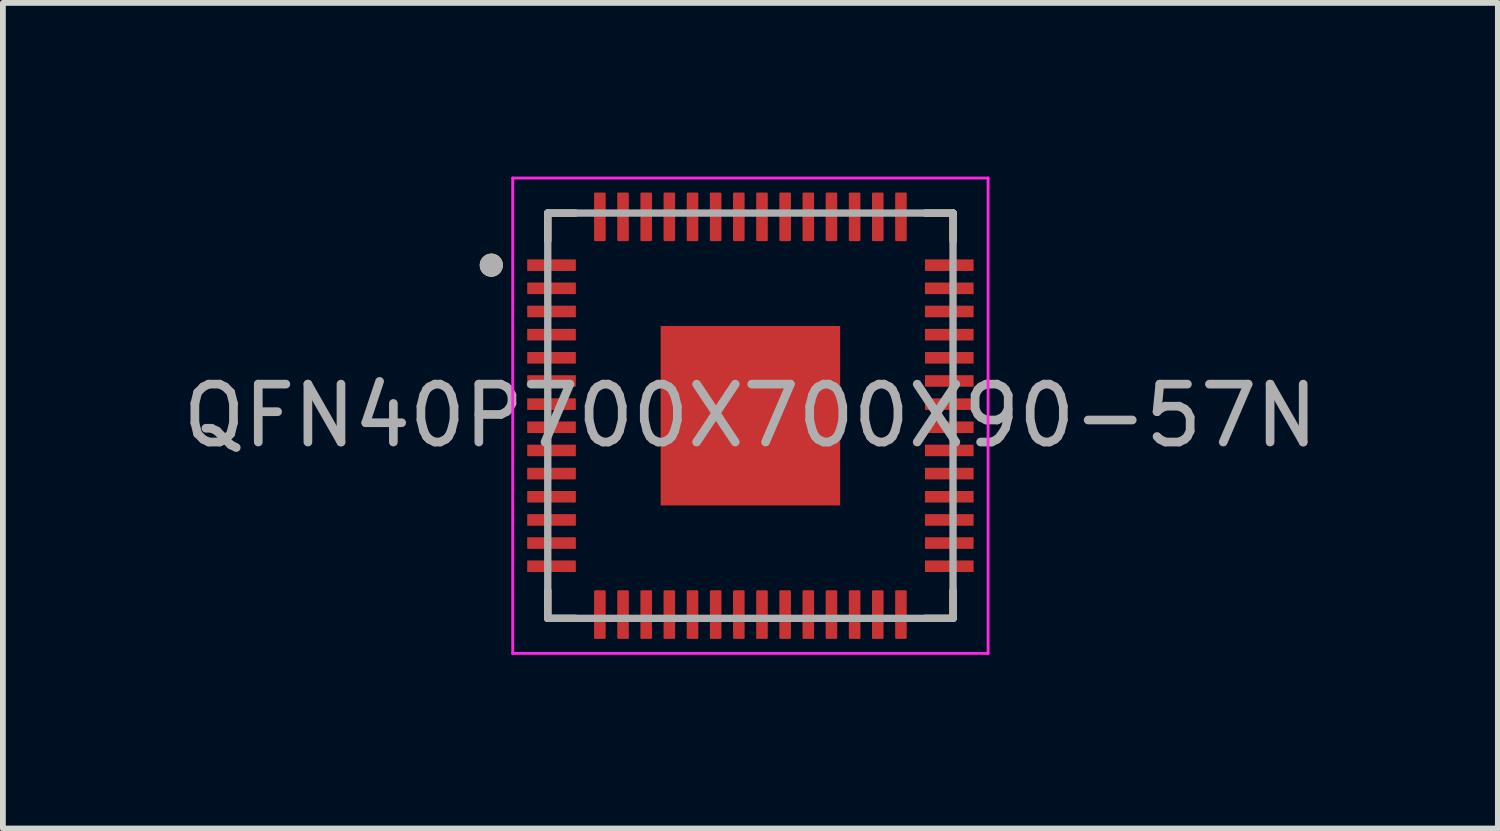
<source format=kicad_pcb>
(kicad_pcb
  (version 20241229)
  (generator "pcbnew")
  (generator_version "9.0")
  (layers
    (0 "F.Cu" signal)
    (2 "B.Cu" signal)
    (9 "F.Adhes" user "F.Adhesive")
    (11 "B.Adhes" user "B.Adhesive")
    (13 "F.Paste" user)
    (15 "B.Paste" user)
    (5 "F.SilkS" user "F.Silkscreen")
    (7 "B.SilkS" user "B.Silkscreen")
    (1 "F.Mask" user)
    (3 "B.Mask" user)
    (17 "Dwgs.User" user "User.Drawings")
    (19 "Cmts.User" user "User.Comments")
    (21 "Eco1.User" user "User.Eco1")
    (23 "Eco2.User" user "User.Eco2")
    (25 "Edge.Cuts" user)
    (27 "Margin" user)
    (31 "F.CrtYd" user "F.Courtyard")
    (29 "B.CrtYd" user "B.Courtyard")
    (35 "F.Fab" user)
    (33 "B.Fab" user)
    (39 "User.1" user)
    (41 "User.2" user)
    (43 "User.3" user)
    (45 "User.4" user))
  (footprint "QFN40P700X700X90-57N"
    (layer "F.Cu")
    (at 9.911 4.13)
    (property "Reference" "QFN40P700X700X90-57N" (at 0 0 0) (layer "F.Fab") (effects (font (size 1 1) (thickness 0.15))))
    (attr through_hole)
    (fp_line (start -3.5 -3.5) (end -3.5 -3.02) (stroke (width 0.127) (type solid)) (layer "F.SilkS"))
    (fp_line (start -3.5 -3.5) (end -3.02 -3.5) (stroke (width 0.127) (type solid)) (layer "F.SilkS"))
    (fp_line (start -3.5 3.5) (end -3.5 3.02) (stroke (width 0.127) (type solid)) (layer "F.SilkS"))
    (fp_line (start -3.5 3.5) (end -3.02 3.5) (stroke (width 0.127) (type solid)) (layer "F.SilkS"))
    (fp_line (start 3.5 -3.5) (end 3.02 -3.5) (stroke (width 0.127) (type solid)) (layer "F.SilkS"))
    (fp_line (start 3.5 -3.5) (end 3.5 -3.02) (stroke (width 0.127) (type solid)) (layer "F.SilkS"))
    (fp_line (start 3.5 3.5) (end 3.02 3.5) (stroke (width 0.127) (type solid)) (layer "F.SilkS"))
    (fp_line (start 3.5 3.5) (end 3.5 3.02) (stroke (width 0.127) (type solid)) (layer "F.SilkS"))
    (fp_circle (center -4.475 -2.6) (end -4.375 -2.6) (stroke (width 0.2) (type solid)) (fill no) (layer "F.SilkS"))
    (fp_poly (pts (xy -0.98 -0.98) (xy 0.98 -0.98) (xy 0.98 0.98) (xy -0.98 0.98)) (stroke (width 0.01) (type solid)) (fill yes) (layer "F.Paste"))
    (fp_line (start -4.105 -4.105) (end 4.105 -4.105) (stroke (width 0.05) (type solid)) (layer "F.CrtYd"))
    (fp_line (start -4.105 4.105) (end -4.105 -4.105) (stroke (width 0.05) (type solid)) (layer "F.CrtYd"))
    (fp_line (start -4.105 4.105) (end 4.105 4.105) (stroke (width 0.05) (type solid)) (layer "F.CrtYd"))
    (fp_line (start 4.105 4.105) (end 4.105 -4.105) (stroke (width 0.05) (type solid)) (layer "F.CrtYd"))
    (fp_line (start -3.5 3.5) (end -3.5 -3.5) (stroke (width 0.127) (type solid)) (layer "F.Fab"))
    (fp_line (start 3.5 -3.5) (end -3.5 -3.5) (stroke (width 0.127) (type solid)) (layer "F.Fab"))
    (fp_line (start 3.5 3.5) (end -3.5 3.5) (stroke (width 0.127) (type solid)) (layer "F.Fab"))
    (fp_line (start 3.5 3.5) (end 3.5 -3.5) (stroke (width 0.127) (type solid)) (layer "F.Fab"))
    (fp_circle (center -4.475 -2.6) (end -4.375 -2.6) (stroke (width 0.2) (type solid)) (fill no) (layer "F.Fab"))
    (pad "1" smd roundrect (at -3.435 -2.6) (size 0.84 0.2) (layers "F.Cu" "F.Mask" "F.Paste") (roundrect_rratio 0.03))
    (pad "2" smd roundrect (at -3.435 -2.2) (size 0.84 0.2) (layers "F.Cu" "F.Mask" "F.Paste") (roundrect_rratio 0.03))
    (pad "3" smd roundrect (at -3.435 -1.8) (size 0.84 0.2) (layers "F.Cu" "F.Mask" "F.Paste") (roundrect_rratio 0.03))
    (pad "4" smd roundrect (at -3.435 -1.4) (size 0.84 0.2) (layers "F.Cu" "F.Mask" "F.Paste") (roundrect_rratio 0.03))
    (pad "5" smd roundrect (at -3.435 -1) (size 0.84 0.2) (layers "F.Cu" "F.Mask" "F.Paste") (roundrect_rratio 0.03))
    (pad "6" smd roundrect (at -3.435 -0.6) (size 0.84 0.2) (layers "F.Cu" "F.Mask" "F.Paste") (roundrect_rratio 0.03))
    (pad "7" smd roundrect (at -3.435 -0.2) (size 0.84 0.2) (layers "F.Cu" "F.Mask" "F.Paste") (roundrect_rratio 0.03))
    (pad "8" smd roundrect (at -3.435 0.2) (size 0.84 0.2) (layers "F.Cu" "F.Mask" "F.Paste") (roundrect_rratio 0.03))
    (pad "9" smd roundrect (at -3.435 0.6) (size 0.84 0.2) (layers "F.Cu" "F.Mask" "F.Paste") (roundrect_rratio 0.03))
    (pad "10" smd roundrect (at -3.435 1) (size 0.84 0.2) (layers "F.Cu" "F.Mask" "F.Paste") (roundrect_rratio 0.03))
    (pad "11" smd roundrect (at -3.435 1.4) (size 0.84 0.2) (layers "F.Cu" "F.Mask" "F.Paste") (roundrect_rratio 0.03))
    (pad "12" smd roundrect (at -3.435 1.8) (size 0.84 0.2) (layers "F.Cu" "F.Mask" "F.Paste") (roundrect_rratio 0.03))
    (pad "13" smd roundrect (at -3.435 2.2) (size 0.84 0.2) (layers "F.Cu" "F.Mask" "F.Paste") (roundrect_rratio 0.03))
    (pad "14" smd roundrect (at -3.435 2.6) (size 0.84 0.2) (layers "F.Cu" "F.Mask" "F.Paste") (roundrect_rratio 0.03))
    (pad "15" smd roundrect (at -2.6 3.435) (size 0.2 0.84) (layers "F.Cu" "F.Mask" "F.Paste") (roundrect_rratio 0.1))
    (pad "16" smd roundrect (at -2.2 3.435) (size 0.2 0.84) (layers "F.Cu" "F.Mask" "F.Paste") (roundrect_rratio 0.1))
    (pad "17" smd roundrect (at -1.8 3.435) (size 0.2 0.84) (layers "F.Cu" "F.Mask" "F.Paste") (roundrect_rratio 0.1))
    (pad "18" smd roundrect (at -1.4 3.435) (size 0.2 0.84) (layers "F.Cu" "F.Mask" "F.Paste") (roundrect_rratio 0.1))
    (pad "19" smd roundrect (at -1 3.435) (size 0.2 0.84) (layers "F.Cu" "F.Mask" "F.Paste") (roundrect_rratio 0.1))
    (pad "20" smd roundrect (at -0.6 3.435) (size 0.2 0.84) (layers "F.Cu" "F.Mask" "F.Paste") (roundrect_rratio 0.1))
    (pad "21" smd roundrect (at -0.2 3.435) (size 0.2 0.84) (layers "F.Cu" "F.Mask" "F.Paste") (roundrect_rratio 0.1))
    (pad "22" smd roundrect (at 0.2 3.435) (size 0.2 0.84) (layers "F.Cu" "F.Mask" "F.Paste") (roundrect_rratio 0.1))
    (pad "23" smd roundrect (at 0.6 3.435) (size 0.2 0.84) (layers "F.Cu" "F.Mask" "F.Paste") (roundrect_rratio 0.1))
    (pad "24" smd roundrect (at 1 3.435) (size 0.2 0.84) (layers "F.Cu" "F.Mask" "F.Paste") (roundrect_rratio 0.1))
    (pad "25" smd roundrect (at 1.4 3.435) (size 0.2 0.84) (layers "F.Cu" "F.Mask" "F.Paste") (roundrect_rratio 0.1))
    (pad "26" smd roundrect (at 1.8 3.435) (size 0.2 0.84) (layers "F.Cu" "F.Mask" "F.Paste") (roundrect_rratio 0.1))
    (pad "27" smd roundrect (at 2.2 3.435) (size 0.2 0.84) (layers "F.Cu" "F.Mask" "F.Paste") (roundrect_rratio 0.1))
    (pad "28" smd roundrect (at 2.6 3.435) (size 0.2 0.84) (layers "F.Cu" "F.Mask" "F.Paste") (roundrect_rratio 0.1))
    (pad "29" smd roundrect (at 3.435 2.6) (size 0.84 0.2) (layers "F.Cu" "F.Mask" "F.Paste") (roundrect_rratio 0.03))
    (pad "30" smd roundrect (at 3.435 2.2) (size 0.84 0.2) (layers "F.Cu" "F.Mask" "F.Paste") (roundrect_rratio 0.03))
    (pad "31" smd roundrect (at 3.435 1.8) (size 0.84 0.2) (layers "F.Cu" "F.Mask" "F.Paste") (roundrect_rratio 0.03))
    (pad "32" smd roundrect (at 3.435 1.4) (size 0.84 0.2) (layers "F.Cu" "F.Mask" "F.Paste") (roundrect_rratio 0.03))
    (pad "33" smd roundrect (at 3.435 1) (size 0.84 0.2) (layers "F.Cu" "F.Mask" "F.Paste") (roundrect_rratio 0.03))
    (pad "34" smd roundrect (at 3.435 0.6) (size 0.84 0.2) (layers "F.Cu" "F.Mask" "F.Paste") (roundrect_rratio 0.03))
    (pad "35" smd roundrect (at 3.435 0.2) (size 0.84 0.2) (layers "F.Cu" "F.Mask" "F.Paste") (roundrect_rratio 0.03))
    (pad "36" smd roundrect (at 3.435 -0.2) (size 0.84 0.2) (layers "F.Cu" "F.Mask" "F.Paste") (roundrect_rratio 0.03))
    (pad "37" smd roundrect (at 3.435 -0.6) (size 0.84 0.2) (layers "F.Cu" "F.Mask" "F.Paste") (roundrect_rratio 0.03))
    (pad "38" smd roundrect (at 3.435 -1) (size 0.84 0.2) (layers "F.Cu" "F.Mask" "F.Paste") (roundrect_rratio 0.03))
    (pad "39" smd roundrect (at 3.435 -1.4) (size 0.84 0.2) (layers "F.Cu" "F.Mask" "F.Paste") (roundrect_rratio 0.03))
    (pad "40" smd roundrect (at 3.435 -1.8) (size 0.84 0.2) (layers "F.Cu" "F.Mask" "F.Paste") (roundrect_rratio 0.03))
    (pad "41" smd roundrect (at 3.435 -2.2) (size 0.84 0.2) (layers "F.Cu" "F.Mask" "F.Paste") (roundrect_rratio 0.03))
    (pad "42" smd roundrect (at 3.435 -2.6) (size 0.84 0.2) (layers "F.Cu" "F.Mask" "F.Paste") (roundrect_rratio 0.03))
    (pad "43" smd roundrect (at 2.6 -3.435) (size 0.2 0.84) (layers "F.Cu" "F.Mask" "F.Paste") (roundrect_rratio 0.1))
    (pad "44" smd roundrect (at 2.2 -3.435) (size 0.2 0.84) (layers "F.Cu" "F.Mask" "F.Paste") (roundrect_rratio 0.1))
    (pad "45" smd roundrect (at 1.8 -3.435) (size 0.2 0.84) (layers "F.Cu" "F.Mask" "F.Paste") (roundrect_rratio 0.1))
    (pad "46" smd roundrect (at 1.4 -3.435) (size 0.2 0.84) (layers "F.Cu" "F.Mask" "F.Paste") (roundrect_rratio 0.1))
    (pad "47" smd roundrect (at 1 -3.435) (size 0.2 0.84) (layers "F.Cu" "F.Mask" "F.Paste") (roundrect_rratio 0.1))
    (pad "48" smd roundrect (at 0.6 -3.435) (size 0.2 0.84) (layers "F.Cu" "F.Mask" "F.Paste") (roundrect_rratio 0.1))
    (pad "49" smd roundrect (at 0.2 -3.435) (size 0.2 0.84) (layers "F.Cu" "F.Mask" "F.Paste") (roundrect_rratio 0.1))
    (pad "50" smd roundrect (at -0.2 -3.435) (size 0.2 0.84) (layers "F.Cu" "F.Mask" "F.Paste") (roundrect_rratio 0.1))
    (pad "51" smd roundrect (at -0.6 -3.435) (size 0.2 0.84) (layers "F.Cu" "F.Mask" "F.Paste") (roundrect_rratio 0.1))
    (pad "52" smd roundrect (at -1 -3.435) (size 0.2 0.84) (layers "F.Cu" "F.Mask" "F.Paste") (roundrect_rratio 0.1))
    (pad "53" smd roundrect (at -1.4 -3.435) (size 0.2 0.84) (layers "F.Cu" "F.Mask" "F.Paste") (roundrect_rratio 0.1))
    (pad "54" smd roundrect (at -1.8 -3.435) (size 0.2 0.84) (layers "F.Cu" "F.Mask" "F.Paste") (roundrect_rratio 0.1))
    (pad "55" smd roundrect (at -2.2 -3.435) (size 0.2 0.84) (layers "F.Cu" "F.Mask" "F.Paste") (roundrect_rratio 0.1))
    (pad "56" smd roundrect (at -2.6 -3.435) (size 0.2 0.84) (layers "F.Cu" "F.Mask" "F.Paste") (roundrect_rratio 0.1))
    (pad "57" smd rect (at 0 0) (size 3.1 3.1) (layers "F.Cu" "F.Mask")))
  (gr_rect
    (start -3 -3)
    (end 22.821 11.26)
    (stroke (width 0.1) (type default))
    (fill no)
    (layer "Edge.Cuts")))
</source>
